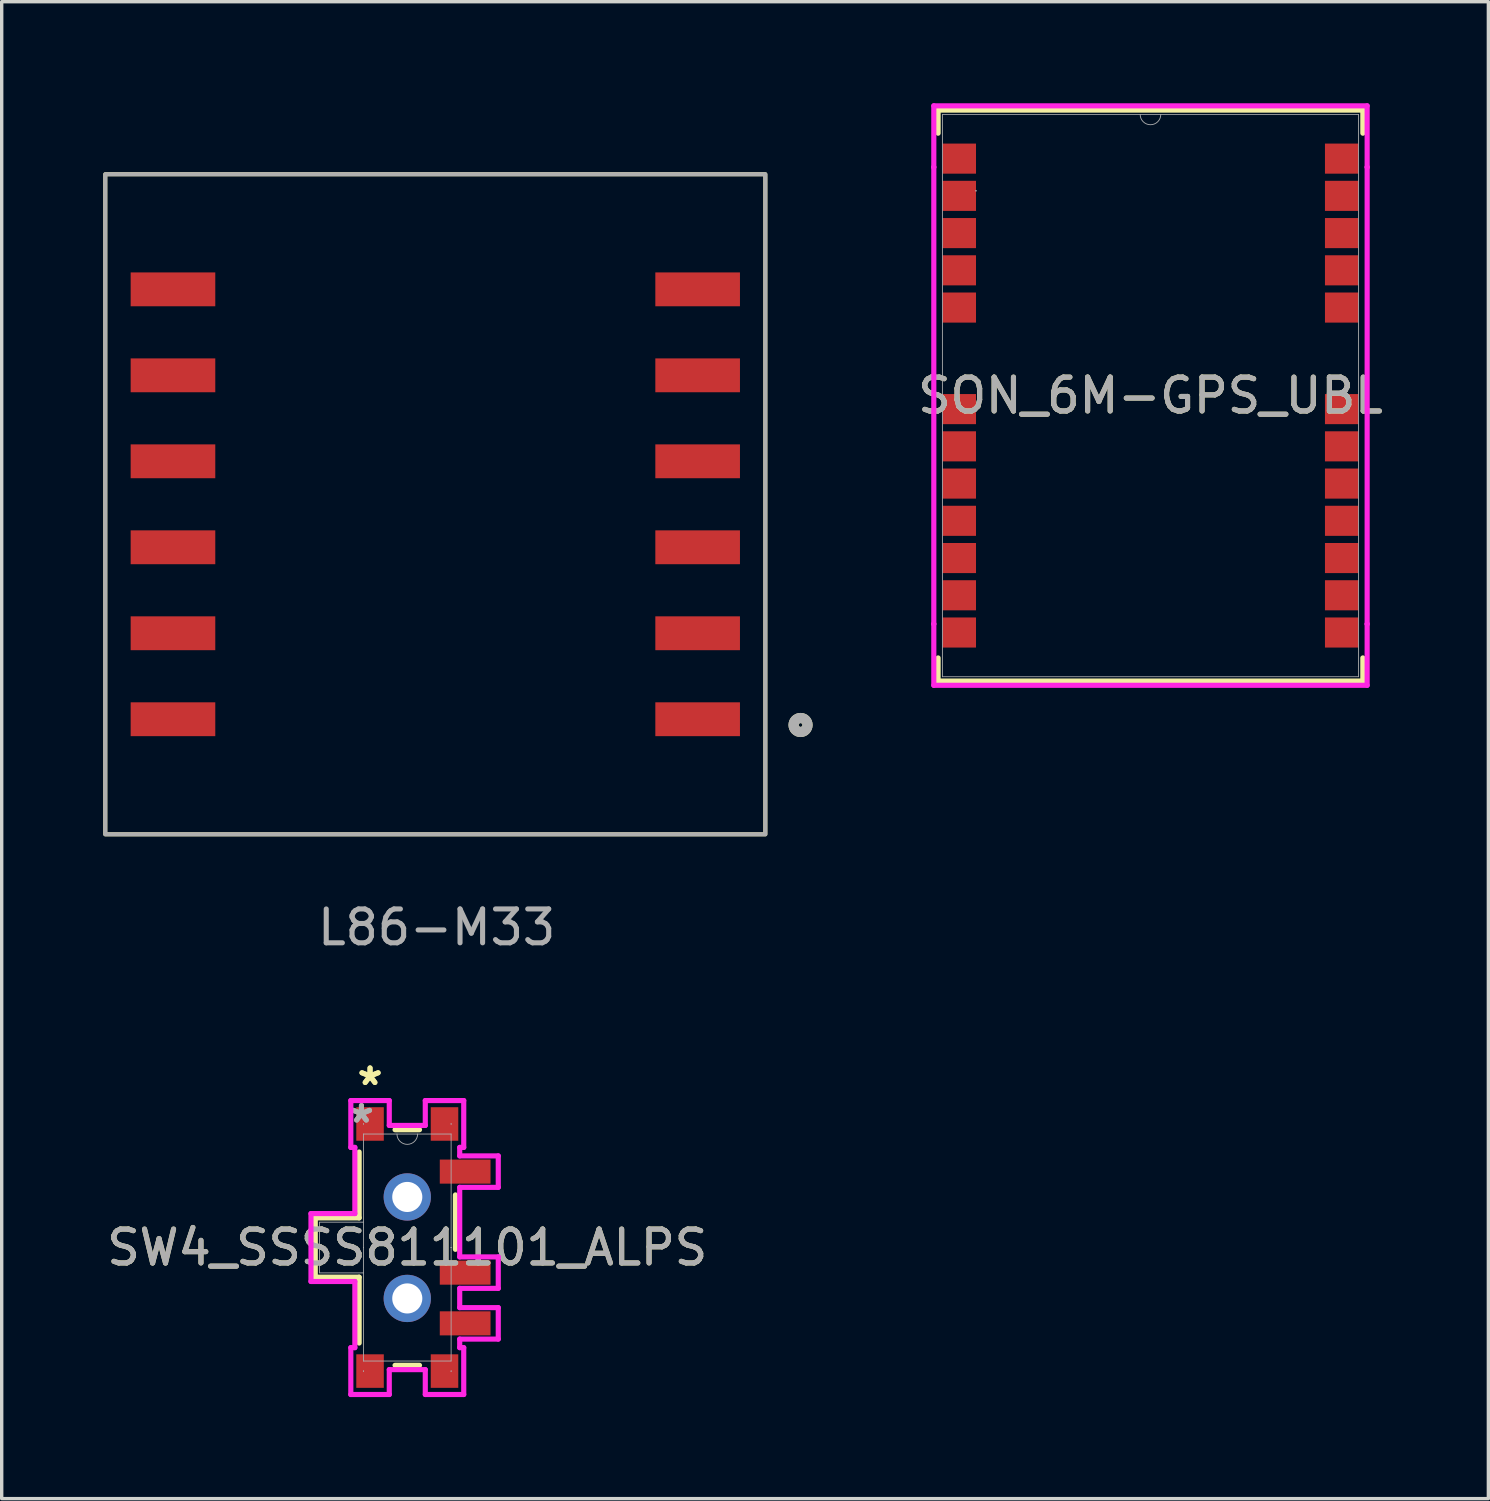
<source format=kicad_pcb>
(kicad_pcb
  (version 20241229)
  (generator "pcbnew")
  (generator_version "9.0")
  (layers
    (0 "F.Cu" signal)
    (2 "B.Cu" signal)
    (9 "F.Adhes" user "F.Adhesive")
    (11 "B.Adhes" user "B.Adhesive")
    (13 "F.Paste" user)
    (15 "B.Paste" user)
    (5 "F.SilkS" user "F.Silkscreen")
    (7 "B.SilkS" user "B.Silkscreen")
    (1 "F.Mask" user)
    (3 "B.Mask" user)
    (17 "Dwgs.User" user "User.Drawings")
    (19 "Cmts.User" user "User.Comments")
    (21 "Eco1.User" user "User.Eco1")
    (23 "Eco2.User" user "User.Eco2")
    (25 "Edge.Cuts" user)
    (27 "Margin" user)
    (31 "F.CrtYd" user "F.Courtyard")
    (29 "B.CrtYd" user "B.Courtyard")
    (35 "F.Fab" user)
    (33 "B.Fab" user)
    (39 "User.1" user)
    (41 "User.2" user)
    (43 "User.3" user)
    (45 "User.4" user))
  (footprint "L86-M33"
    (layer "F.Cu")
    (at 9.81 11.848)
    (property "Reference" "L86-M33" (at 0 -11 0) (unlocked yes) (layer "User.1") (effects (font (size 1 1) (thickness 0.15))))
    (fp_rect (start -9.75 -9.75) (end 9.75 9.75) (stroke (width 0.12) (type solid)) (fill no) (layer "F.SilkS"))
    (fp_circle (center 10.79 6.52) (end 10.996 6.52) (stroke (width 0.3) (type solid)) (fill no) (layer "F.SilkS"))
    (fp_rect (start -9.75 -9.75) (end 9.75 9.75) (stroke (width 0.12) (type solid)) (fill no) (layer "F.Fab"))
    (fp_circle (center 10.79 6.52) (end 10.996 6.52) (stroke (width 0.3) (type solid)) (fill no) (layer "F.Fab"))
    (fp_text user "${REFERENCE}" (at 0.04 12.5 0) (unlocked yes) (layer "F.Fab") (effects (font (size 1 1) (thickness 0.15))))
    (pad "1" smd rect (at 7.75 6.35) (size 2.5 1) (layers "F.Cu" "F.Mask" "F.Paste"))
    (pad "2" smd rect (at 7.75 3.81) (size 2.5 1) (layers "F.Cu" "F.Mask" "F.Paste"))
    (pad "3" smd rect (at 7.75 1.27) (size 2.5 1) (layers "F.Cu" "F.Mask" "F.Paste"))
    (pad "4" smd rect (at 7.75 -1.27) (size 2.5 1) (layers "F.Cu" "F.Mask" "F.Paste"))
    (pad "5" smd rect (at 7.75 -3.81) (size 2.5 1) (layers "F.Cu" "F.Mask" "F.Paste"))
    (pad "6" smd rect (at 7.75 -6.35) (size 2.5 1) (layers "F.Cu" "F.Mask" "F.Paste"))
    (pad "7" smd rect (at -7.75 -6.35) (size 2.5 1) (layers "F.Cu" "F.Mask" "F.Paste"))
    (pad "8" smd rect (at -7.75 -3.81) (size 2.5 1) (layers "F.Cu" "F.Mask" "F.Paste"))
    (pad "9" smd rect (at -7.75 -1.27) (size 2.5 1) (layers "F.Cu" "F.Mask" "F.Paste"))
    (pad "10" smd rect (at -7.75 1.27) (size 2.5 1) (layers "F.Cu" "F.Mask" "F.Paste"))
    (pad "11" smd rect (at -7.75 3.81) (size 2.5 1) (layers "F.Cu" "F.Mask" "F.Paste"))
    (pad "12" smd rect (at -7.75 6.35) (size 2.5 1) (layers "F.Cu" "F.Mask" "F.Paste")))
  (footprint "SW4_SSSS811101_ALPS"
    (layer "F.Cu")
    (at 8.982 33.805)
    (property "Reference" "SW4_SSSS811101_ALPS" (at 0 0 0) (unlocked yes) (layer "F.SilkS") (effects (font (size 1 1) (thickness 0.15))))
    (attr smd)
    (fp_line (start -2.718 -0.876) (end -2.718 0.876) (stroke (width 0.152) (type solid)) (layer "F.SilkS"))
    (fp_line (start -2.718 0.876) (end -1.422 0.876) (stroke (width 0.152) (type solid)) (layer "F.SilkS"))
    (fp_line (start -1.422 -2.822) (end -1.422 -0.876) (stroke (width 0.152) (type solid)) (layer "F.SilkS"))
    (fp_line (start -1.422 -0.876) (end -2.718 -0.876) (stroke (width 0.152) (type solid)) (layer "F.SilkS"))
    (fp_line (start -1.422 0.876) (end -1.422 2.822) (stroke (width 0.152) (type solid)) (layer "F.SilkS"))
    (fp_line (start -0.361 3.48) (end 0.361 3.48) (stroke (width 0.152) (type solid)) (layer "F.SilkS"))
    (fp_line (start 0.361 -3.48) (end -0.361 -3.48) (stroke (width 0.152) (type solid)) (layer "F.SilkS"))
    (fp_line (start 1.422 0.053) (end 1.422 -1.554) (stroke (width 0.152) (type solid)) (layer "F.SilkS"))
    (fp_line (start -2.845 -1.003) (end -2.845 1.003) (stroke (width 0.152) (type solid)) (layer "F.CrtYd"))
    (fp_line (start -2.845 1.003) (end -1.549 1.003) (stroke (width 0.152) (type solid)) (layer "F.CrtYd"))
    (fp_line (start -1.668 -4.342) (end -1.668 -2.958) (stroke (width 0.152) (type solid)) (layer "F.CrtYd"))
    (fp_line (start -1.668 -2.958) (end -1.549 -2.958) (stroke (width 0.152) (type solid)) (layer "F.CrtYd"))
    (fp_line (start -1.668 2.958) (end -1.668 4.342) (stroke (width 0.152) (type solid)) (layer "F.CrtYd"))
    (fp_line (start -1.668 4.342) (end -0.532 4.342) (stroke (width 0.152) (type solid)) (layer "F.CrtYd"))
    (fp_line (start -1.549 -2.958) (end -1.549 -1.003) (stroke (width 0.152) (type solid)) (layer "F.CrtYd"))
    (fp_line (start -1.549 -1.003) (end -2.845 -1.003) (stroke (width 0.152) (type solid)) (layer "F.CrtYd"))
    (fp_line (start -1.549 1.003) (end -1.549 2.958) (stroke (width 0.152) (type solid)) (layer "F.CrtYd"))
    (fp_line (start -1.549 2.958) (end -1.668 2.958) (stroke (width 0.152) (type solid)) (layer "F.CrtYd"))
    (fp_line (start -0.532 -4.342) (end -1.668 -4.342) (stroke (width 0.152) (type solid)) (layer "F.CrtYd"))
    (fp_line (start -0.532 -3.607) (end -0.532 -4.342) (stroke (width 0.152) (type solid)) (layer "F.CrtYd"))
    (fp_line (start -0.532 3.607) (end 0.532 3.607) (stroke (width 0.152) (type solid)) (layer "F.CrtYd"))
    (fp_line (start -0.532 4.342) (end -0.532 3.607) (stroke (width 0.152) (type solid)) (layer "F.CrtYd"))
    (fp_line (start 0.532 -4.342) (end 0.532 -3.607) (stroke (width 0.152) (type solid)) (layer "F.CrtYd"))
    (fp_line (start 0.532 -3.607) (end -0.532 -3.607) (stroke (width 0.152) (type solid)) (layer "F.CrtYd"))
    (fp_line (start 0.532 3.607) (end 0.532 4.342) (stroke (width 0.152) (type solid)) (layer "F.CrtYd"))
    (fp_line (start 0.532 4.342) (end 1.668 4.342) (stroke (width 0.152) (type solid)) (layer "F.CrtYd"))
    (fp_line (start 1.549 -2.958) (end 1.668 -2.958) (stroke (width 0.152) (type solid)) (layer "F.CrtYd"))
    (fp_line (start 1.549 -2.707) (end 1.549 -2.958) (stroke (width 0.152) (type solid)) (layer "F.CrtYd"))
    (fp_line (start 1.549 -1.778) (end 2.688 -1.778) (stroke (width 0.152) (type solid)) (layer "F.CrtYd"))
    (fp_line (start 1.549 0.277) (end 1.549 -1.778) (stroke (width 0.152) (type solid)) (layer "F.CrtYd"))
    (fp_line (start 1.549 1.206) (end 2.688 1.206) (stroke (width 0.152) (type solid)) (layer "F.CrtYd"))
    (fp_line (start 1.549 1.776) (end 1.549 1.206) (stroke (width 0.152) (type solid)) (layer "F.CrtYd"))
    (fp_line (start 1.549 2.705) (end 2.688 2.705) (stroke (width 0.152) (type solid)) (layer "F.CrtYd"))
    (fp_line (start 1.549 2.958) (end 1.549 2.705) (stroke (width 0.152) (type solid)) (layer "F.CrtYd"))
    (fp_line (start 1.668 -4.342) (end 0.532 -4.342) (stroke (width 0.152) (type solid)) (layer "F.CrtYd"))
    (fp_line (start 1.668 -2.958) (end 1.668 -4.342) (stroke (width 0.152) (type solid)) (layer "F.CrtYd"))
    (fp_line (start 1.668 2.958) (end 1.549 2.958) (stroke (width 0.152) (type solid)) (layer "F.CrtYd"))
    (fp_line (start 1.668 4.342) (end 1.668 2.958) (stroke (width 0.152) (type solid)) (layer "F.CrtYd"))
    (fp_line (start 2.688 -2.707) (end 1.549 -2.707) (stroke (width 0.152) (type solid)) (layer "F.CrtYd"))
    (fp_line (start 2.688 -1.778) (end 2.688 -2.707) (stroke (width 0.152) (type solid)) (layer "F.CrtYd"))
    (fp_line (start 2.688 0.277) (end 1.549 0.277) (stroke (width 0.152) (type solid)) (layer "F.CrtYd"))
    (fp_line (start 2.688 1.206) (end 2.688 0.277) (stroke (width 0.152) (type solid)) (layer "F.CrtYd"))
    (fp_line (start 2.688 1.776) (end 1.549 1.776) (stroke (width 0.152) (type solid)) (layer "F.CrtYd"))
    (fp_line (start 2.688 2.705) (end 2.688 1.776) (stroke (width 0.152) (type solid)) (layer "F.CrtYd"))
    (fp_line (start -2.591 0.749) (end -2.591 -0.749) (stroke (width 0.025) (type solid)) (layer "F.Fab"))
    (fp_line (start -1.295 -0.749) (end -2.591 -0.749) (stroke (width 0.025) (type solid)) (layer "F.Fab"))
    (fp_line (start -1.295 0.749) (end -2.591 0.749) (stroke (width 0.025) (type solid)) (layer "F.Fab"))
    (fp_line (start -1.295 -3.65) (end -1.295 -3.65) (stroke (width 0.025) (type solid)) (layer "F.Fab"))
    (fp_line (start -1.295 -3.65) (end -1.295 -3.65) (stroke (width 0.025) (type solid)) (layer "F.Fab"))
    (fp_line (start -1.295 -3.65) (end -1.295 -3.65) (stroke (width 0.025) (type solid)) (layer "F.Fab"))
    (fp_line (start -1.295 -3.65) (end -1.295 -3.65) (stroke (width 0.025) (type solid)) (layer "F.Fab"))
    (fp_line (start -1.295 -3.353) (end -1.295 3.353) (stroke (width 0.025) (type solid)) (layer "F.Fab"))
    (fp_line (start -1.295 0) (end -1.295 0) (stroke (width 0.025) (type solid)) (layer "F.Fab"))
    (fp_line (start -1.295 0) (end -1.295 0) (stroke (width 0.025) (type solid)) (layer "F.Fab"))
    (fp_line (start -1.295 0) (end -1.295 0) (stroke (width 0.025) (type solid)) (layer "F.Fab"))
    (fp_line (start -1.295 0) (end -1.295 0) (stroke (width 0.025) (type solid)) (layer "F.Fab"))
    (fp_line (start -1.295 3.353) (end 1.295 3.353) (stroke (width 0.025) (type solid)) (layer "F.Fab"))
    (fp_line (start -1.295 3.65) (end -1.295 3.65) (stroke (width 0.025) (type solid)) (layer "F.Fab"))
    (fp_line (start -1.295 3.65) (end -1.295 3.65) (stroke (width 0.025) (type solid)) (layer "F.Fab"))
    (fp_line (start -1.295 3.65) (end -1.295 3.65) (stroke (width 0.025) (type solid)) (layer "F.Fab"))
    (fp_line (start -1.295 3.65) (end -1.295 3.65) (stroke (width 0.025) (type solid)) (layer "F.Fab"))
    (fp_line (start 1.295 -3.65) (end 1.295 -3.65) (stroke (width 0.025) (type solid)) (layer "F.Fab"))
    (fp_line (start 1.295 -3.65) (end 1.295 -3.65) (stroke (width 0.025) (type solid)) (layer "F.Fab"))
    (fp_line (start 1.295 -3.65) (end 1.295 -3.65) (stroke (width 0.025) (type solid)) (layer "F.Fab"))
    (fp_line (start 1.295 -3.65) (end 1.295 -3.65) (stroke (width 0.025) (type solid)) (layer "F.Fab"))
    (fp_line (start 1.295 -3.353) (end -1.295 -3.353) (stroke (width 0.025) (type solid)) (layer "F.Fab"))
    (fp_line (start 1.295 0) (end 1.295 0) (stroke (width 0.025) (type solid)) (layer "F.Fab"))
    (fp_line (start 1.295 0) (end 1.295 0) (stroke (width 0.025) (type solid)) (layer "F.Fab"))
    (fp_line (start 1.295 0) (end 1.295 0) (stroke (width 0.025) (type solid)) (layer "F.Fab"))
    (fp_line (start 1.295 0) (end 1.295 0) (stroke (width 0.025) (type solid)) (layer "F.Fab"))
    (fp_line (start 1.295 3.353) (end 1.295 -3.353) (stroke (width 0.025) (type solid)) (layer "F.Fab"))
    (fp_line (start 1.295 3.65) (end 1.295 3.65) (stroke (width 0.025) (type solid)) (layer "F.Fab"))
    (fp_line (start 1.295 3.65) (end 1.295 3.65) (stroke (width 0.025) (type solid)) (layer "F.Fab"))
    (fp_line (start 1.295 3.65) (end 1.295 3.65) (stroke (width 0.025) (type solid)) (layer "F.Fab"))
    (fp_line (start 1.295 3.65) (end 1.295 3.65) (stroke (width 0.025) (type solid)) (layer "F.Fab"))
    (fp_arc (start 0.3048 -3.3528) (mid 0 -3.048) (end -0.3048 -3.3528) (stroke (width 0.0254) (type solid)) (layer "F.Fab"))
    (fp_text user "*" (at -1.1 -4.76 0) (unlocked yes) (layer "F.SilkS") (effects (font (size 1 1) (thickness 0.15))))
    (fp_text user "*" (at -1.1 -4.76 0) (layer "F.SilkS") (effects (font (size 1 1) (thickness 0.15))))
    (fp_text user "${REFERENCE}" (at 0 0 0) (unlocked yes) (layer "F.Fab") (effects (font (size 1 1) (thickness 0.15))))
    (fp_text user "*" (at -1.354 -3.65 0) (unlocked yes) (layer "F.Fab") (effects (font (size 1 1) (thickness 0.15))))
    (fp_text user "*" (at -1.354 -3.65 0) (layer "F.Fab") (effects (font (size 1 1) (thickness 0.15))))
    (pad "1" smd rect (at -1.1 -3.65) (size 0.813 0.991) (layers "F.Cu" "F.Mask" "F.Paste"))
    (pad "2" smd rect (at -1.1 3.65) (size 0.813 0.991) (layers "F.Cu" "F.Mask" "F.Paste"))
    (pad "3" smd rect (at 1.1 3.65) (size 0.813 0.991) (layers "F.Cu" "F.Mask" "F.Paste"))
    (pad "4" smd rect (at 1.1 -3.65) (size 0.813 0.991) (layers "F.Cu" "F.Mask" "F.Paste"))
    (pad "5" thru_hole circle (at 0 -1.494) (size 1.397 1.397) (drill 0.889) (layers "*.Cu" "*.Mask"))
    (pad "6" thru_hole circle (at 0 1.504) (size 1.397 1.397) (drill 0.889) (layers "*.Cu" "*.Mask"))
    (pad "7" smd rect (at 1.71 -2.243) (size 1.499 0.711) (layers "F.Cu" "F.Mask" "F.Paste"))
    (pad "8" smd rect (at 1.71 0.742) (size 1.499 0.711) (layers "F.Cu" "F.Mask" "F.Paste"))
    (pad "9" smd rect (at 1.71 2.24) (size 1.499 0.711) (layers "F.Cu" "F.Mask" "F.Paste")))
  (footprint "SON_6M-GPS_UBL"
    (layer "F.Cu")
    (at 30.938 8.636)
    (property "Reference" "SON_6M-GPS_UBL" (at 0 0 0) (unlocked yes) (layer "F.SilkS") (effects (font (size 1 1) (thickness 0.15))))
    (attr smd)
    (fp_line (start -6.274 -8.433) (end -6.274 -7.751) (stroke (width 0.152) (type solid)) (layer "F.SilkS"))
    (fp_line (start -6.274 7.751) (end -6.274 8.433) (stroke (width 0.152) (type solid)) (layer "F.SilkS"))
    (fp_line (start -6.274 8.433) (end 6.274 8.433) (stroke (width 0.152) (type solid)) (layer "F.SilkS"))
    (fp_line (start 6.274 -8.433) (end -6.274 -8.433) (stroke (width 0.152) (type solid)) (layer "F.SilkS"))
    (fp_line (start 6.274 -7.751) (end 6.274 -8.433) (stroke (width 0.152) (type solid)) (layer "F.SilkS"))
    (fp_line (start 6.274 8.433) (end 6.274 7.751) (stroke (width 0.152) (type solid)) (layer "F.SilkS"))
    (fp_line (start -6.401 -8.56) (end 6.401 -8.56) (stroke (width 0.152) (type solid)) (layer "F.CrtYd"))
    (fp_line (start -6.401 -6.748) (end -6.401 -8.56) (stroke (width 0.152) (type solid)) (layer "F.CrtYd"))
    (fp_line (start -6.401 -6.748) (end -6.401 -6.748) (stroke (width 0.152) (type solid)) (layer "F.CrtYd"))
    (fp_line (start -6.401 6.748) (end -6.401 -6.748) (stroke (width 0.152) (type solid)) (layer "F.CrtYd"))
    (fp_line (start -6.401 6.748) (end -6.401 6.748) (stroke (width 0.152) (type solid)) (layer "F.CrtYd"))
    (fp_line (start -6.401 8.56) (end -6.401 6.748) (stroke (width 0.152) (type solid)) (layer "F.CrtYd"))
    (fp_line (start 6.401 -8.56) (end 6.401 -6.748) (stroke (width 0.152) (type solid)) (layer "F.CrtYd"))
    (fp_line (start 6.401 -6.748) (end 6.401 -6.748) (stroke (width 0.152) (type solid)) (layer "F.CrtYd"))
    (fp_line (start 6.401 -6.748) (end 6.401 6.748) (stroke (width 0.152) (type solid)) (layer "F.CrtYd"))
    (fp_line (start 6.401 6.748) (end 6.401 6.748) (stroke (width 0.152) (type solid)) (layer "F.CrtYd"))
    (fp_line (start 6.401 6.748) (end 6.401 8.56) (stroke (width 0.152) (type solid)) (layer "F.CrtYd"))
    (fp_line (start 6.401 8.56) (end -6.401 8.56) (stroke (width 0.152) (type solid)) (layer "F.CrtYd"))
    (fp_line (start -6.147 -8.306) (end -6.147 8.306) (stroke (width 0.025) (type solid)) (layer "F.Fab"))
    (fp_line (start -6.147 8.306) (end 6.147 8.306) (stroke (width 0.025) (type solid)) (layer "F.Fab"))
    (fp_line (start 6.147 -8.306) (end -6.147 -8.306) (stroke (width 0.025) (type solid)) (layer "F.Fab"))
    (fp_line (start 6.147 8.306) (end 6.147 -8.306) (stroke (width 0.025) (type solid)) (layer "F.Fab"))
    (fp_arc (start 0.3048 -8.3058) (mid 0 -8.001) (end -0.3048 -8.3058) (stroke (width 0.0254) (type solid)) (layer "F.Fab"))
    (fp_circle (center -5.155 -6.05) (end -5.155 -6.05) (stroke (width 0.025) (type solid)) (fill no) (layer "F.Fab"))
    (fp_text user "${REFERENCE}" (at 0 0 0) (unlocked yes) (layer "F.Fab") (effects (font (size 1 1) (thickness 0.15))))
    (pad "1" smd rect (at 5.65 7) (size 0.991 0.889) (layers "F.Cu" "F.Mask" "F.Paste"))
    (pad "2" smd rect (at 5.65 5.9) (size 0.991 0.889) (layers "F.Cu" "F.Mask" "F.Paste"))
    (pad "3" smd rect (at 5.65 4.8) (size 0.991 0.889) (layers "F.Cu" "F.Mask" "F.Paste"))
    (pad "4" smd rect (at 5.65 3.7) (size 0.991 0.889) (layers "F.Cu" "F.Mask" "F.Paste"))
    (pad "5" smd rect (at 5.65 2.6) (size 0.991 0.889) (layers "F.Cu" "F.Mask" "F.Paste"))
    (pad "6" smd rect (at 5.65 1.5) (size 0.991 0.889) (layers "F.Cu" "F.Mask" "F.Paste"))
    (pad "7" smd rect (at 5.65 0.4) (size 0.991 0.889) (layers "F.Cu" "F.Mask" "F.Paste"))
    (pad "8" smd rect (at 5.65 -2.6) (size 0.991 0.889) (layers "F.Cu" "F.Mask" "F.Paste"))
    (pad "9" smd rect (at 5.65 -3.7) (size 0.991 0.889) (layers "F.Cu" "F.Mask" "F.Paste"))
    (pad "10" smd rect (at 5.65 -4.8) (size 0.991 0.889) (layers "F.Cu" "F.Mask" "F.Paste"))
    (pad "11" smd rect (at 5.65 -5.9) (size 0.991 0.889) (layers "F.Cu" "F.Mask" "F.Paste"))
    (pad "12" smd rect (at 5.65 -7) (size 0.991 0.889) (layers "F.Cu" "F.Mask" "F.Paste"))
    (pad "13" smd rect (at -5.65 -7) (size 0.991 0.889) (layers "F.Cu" "F.Mask" "F.Paste"))
    (pad "14" smd rect (at -5.65 -5.9) (size 0.991 0.889) (layers "F.Cu" "F.Mask" "F.Paste"))
    (pad "15" smd rect (at -5.65 -4.8) (size 0.991 0.889) (layers "F.Cu" "F.Mask" "F.Paste"))
    (pad "16" smd rect (at -5.65 -3.7) (size 0.991 0.889) (layers "F.Cu" "F.Mask" "F.Paste"))
    (pad "17" smd rect (at -5.65 -2.6) (size 0.991 0.889) (layers "F.Cu" "F.Mask" "F.Paste"))
    (pad "18" smd rect (at -5.65 0.4) (size 0.991 0.889) (layers "F.Cu" "F.Mask" "F.Paste"))
    (pad "19" smd rect (at -5.65 1.5) (size 0.991 0.889) (layers "F.Cu" "F.Mask" "F.Paste"))
    (pad "20" smd rect (at -5.65 2.6) (size 0.991 0.889) (layers "F.Cu" "F.Mask" "F.Paste"))
    (pad "21" smd rect (at -5.65 3.7) (size 0.991 0.889) (layers "F.Cu" "F.Mask" "F.Paste"))
    (pad "22" smd rect (at -5.65 4.8) (size 0.991 0.889) (layers "F.Cu" "F.Mask" "F.Paste"))
    (pad "23" smd rect (at -5.65 5.9) (size 0.991 0.889) (layers "F.Cu" "F.Mask" "F.Paste"))
    (pad "24" smd rect (at -5.65 7) (size 0.991 0.889) (layers "F.Cu" "F.Mask" "F.Paste")))
  (gr_rect
    (start -3 -3)
    (end 40.92 41.223)
    (stroke (width 0.1) (type default))
    (fill no)
    (layer "Edge.Cuts")))
</source>
